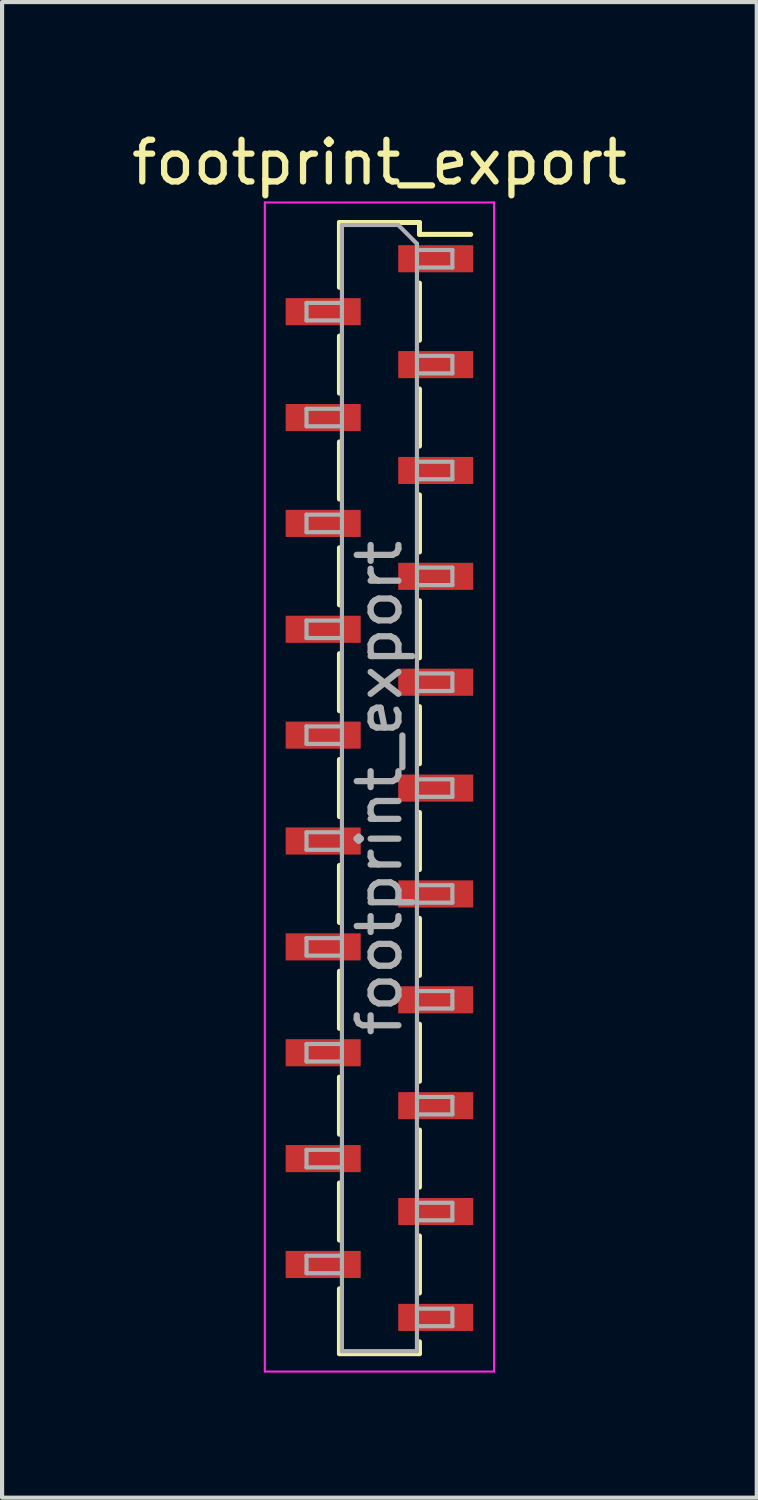
<source format=kicad_pcb>
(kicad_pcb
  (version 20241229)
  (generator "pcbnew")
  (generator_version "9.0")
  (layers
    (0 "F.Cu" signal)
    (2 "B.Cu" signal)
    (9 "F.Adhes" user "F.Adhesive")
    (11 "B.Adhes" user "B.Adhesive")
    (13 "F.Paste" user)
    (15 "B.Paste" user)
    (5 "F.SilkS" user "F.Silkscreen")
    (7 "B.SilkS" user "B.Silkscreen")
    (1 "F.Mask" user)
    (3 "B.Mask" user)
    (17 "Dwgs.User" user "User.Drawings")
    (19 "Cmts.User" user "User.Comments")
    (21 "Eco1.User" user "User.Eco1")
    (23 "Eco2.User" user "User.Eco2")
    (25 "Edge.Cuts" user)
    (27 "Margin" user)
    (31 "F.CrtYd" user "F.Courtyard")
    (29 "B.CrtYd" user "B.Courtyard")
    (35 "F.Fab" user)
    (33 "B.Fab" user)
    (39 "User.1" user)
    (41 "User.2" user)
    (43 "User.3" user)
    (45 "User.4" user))
  (footprint "footprint_export"
    (layer "F.Cu")
    (at 6.054 15.858)
    (property "Reference" "footprint_export" (at 0 -15.01 0) (layer "F.SilkS") (effects (font (size 1 1) (thickness 0.15))))
    (attr smd)
    (fp_line (start -0.96 -13.57) (end -0.96 -12.015) (stroke (width 0.12) (type solid)) (layer "F.SilkS"))
    (fp_line (start -0.96 -13.57) (end 0.96 -13.57) (stroke (width 0.12) (type solid)) (layer "F.SilkS"))
    (fp_line (start -0.96 -10.845) (end -0.96 -9.475) (stroke (width 0.12) (type solid)) (layer "F.SilkS"))
    (fp_line (start -0.96 -8.305) (end -0.96 -6.935) (stroke (width 0.12) (type solid)) (layer "F.SilkS"))
    (fp_line (start -0.96 -5.765) (end -0.96 -4.395) (stroke (width 0.12) (type solid)) (layer "F.SilkS"))
    (fp_line (start -0.96 -3.225) (end -0.96 -1.855) (stroke (width 0.12) (type solid)) (layer "F.SilkS"))
    (fp_line (start -0.96 -0.685) (end -0.96 0.685) (stroke (width 0.12) (type solid)) (layer "F.SilkS"))
    (fp_line (start -0.96 1.855) (end -0.96 3.225) (stroke (width 0.12) (type solid)) (layer "F.SilkS"))
    (fp_line (start -0.96 4.395) (end -0.96 5.765) (stroke (width 0.12) (type solid)) (layer "F.SilkS"))
    (fp_line (start -0.96 6.935) (end -0.96 8.305) (stroke (width 0.12) (type solid)) (layer "F.SilkS"))
    (fp_line (start -0.96 9.475) (end -0.96 10.845) (stroke (width 0.12) (type solid)) (layer "F.SilkS"))
    (fp_line (start -0.96 12.015) (end -0.96 13.57) (stroke (width 0.12) (type solid)) (layer "F.SilkS"))
    (fp_line (start -0.96 13.57) (end 0.96 13.57) (stroke (width 0.12) (type solid)) (layer "F.SilkS"))
    (fp_line (start 0.96 -13.57) (end 0.96 -13.285) (stroke (width 0.12) (type solid)) (layer "F.SilkS"))
    (fp_line (start 0.96 -13.285) (end 2.19 -13.285) (stroke (width 0.12) (type solid)) (layer "F.SilkS"))
    (fp_line (start 0.96 -12.115) (end 0.96 -10.745) (stroke (width 0.12) (type solid)) (layer "F.SilkS"))
    (fp_line (start 0.96 -9.575) (end 0.96 -8.205) (stroke (width 0.12) (type solid)) (layer "F.SilkS"))
    (fp_line (start 0.96 -7.035) (end 0.96 -5.665) (stroke (width 0.12) (type solid)) (layer "F.SilkS"))
    (fp_line (start 0.96 -4.495) (end 0.96 -3.125) (stroke (width 0.12) (type solid)) (layer "F.SilkS"))
    (fp_line (start 0.96 -1.955) (end 0.96 -0.585) (stroke (width 0.12) (type solid)) (layer "F.SilkS"))
    (fp_line (start 0.96 0.585) (end 0.96 1.955) (stroke (width 0.12) (type solid)) (layer "F.SilkS"))
    (fp_line (start 0.96 3.125) (end 0.96 4.495) (stroke (width 0.12) (type solid)) (layer "F.SilkS"))
    (fp_line (start 0.96 5.665) (end 0.96 7.035) (stroke (width 0.12) (type solid)) (layer "F.SilkS"))
    (fp_line (start 0.96 8.205) (end 0.96 9.575) (stroke (width 0.12) (type solid)) (layer "F.SilkS"))
    (fp_line (start 0.96 10.745) (end 0.96 12.115) (stroke (width 0.12) (type solid)) (layer "F.SilkS"))
    (fp_line (start 0.96 13.285) (end 0.96 13.57) (stroke (width 0.12) (type solid)) (layer "F.SilkS"))
    (fp_line (start -2.75 -14.05) (end 2.75 -14.05) (stroke (width 0.05) (type solid)) (layer "F.CrtYd"))
    (fp_line (start -2.75 14) (end -2.75 -14.05) (stroke (width 0.05) (type solid)) (layer "F.CrtYd"))
    (fp_line (start 2.75 -14.05) (end 2.75 14) (stroke (width 0.05) (type solid)) (layer "F.CrtYd"))
    (fp_line (start 2.75 14) (end -2.75 14) (stroke (width 0.05) (type solid)) (layer "F.CrtYd"))
    (fp_line (start -1.75 -11.64) (end -0.9 -11.64) (stroke (width 0.1) (type solid)) (layer "F.Fab"))
    (fp_line (start -1.75 -11.22) (end -1.75 -11.64) (stroke (width 0.1) (type solid)) (layer "F.Fab"))
    (fp_line (start -1.75 -9.1) (end -0.9 -9.1) (stroke (width 0.1) (type solid)) (layer "F.Fab"))
    (fp_line (start -1.75 -8.68) (end -1.75 -9.1) (stroke (width 0.1) (type solid)) (layer "F.Fab"))
    (fp_line (start -1.75 -6.56) (end -0.9 -6.56) (stroke (width 0.1) (type solid)) (layer "F.Fab"))
    (fp_line (start -1.75 -6.14) (end -1.75 -6.56) (stroke (width 0.1) (type solid)) (layer "F.Fab"))
    (fp_line (start -1.75 -4.02) (end -0.9 -4.02) (stroke (width 0.1) (type solid)) (layer "F.Fab"))
    (fp_line (start -1.75 -3.6) (end -1.75 -4.02) (stroke (width 0.1) (type solid)) (layer "F.Fab"))
    (fp_line (start -1.75 -1.48) (end -0.9 -1.48) (stroke (width 0.1) (type solid)) (layer "F.Fab"))
    (fp_line (start -1.75 -1.06) (end -1.75 -1.48) (stroke (width 0.1) (type solid)) (layer "F.Fab"))
    (fp_line (start -1.75 1.06) (end -0.9 1.06) (stroke (width 0.1) (type solid)) (layer "F.Fab"))
    (fp_line (start -1.75 1.48) (end -1.75 1.06) (stroke (width 0.1) (type solid)) (layer "F.Fab"))
    (fp_line (start -1.75 3.6) (end -0.9 3.6) (stroke (width 0.1) (type solid)) (layer "F.Fab"))
    (fp_line (start -1.75 4.02) (end -1.75 3.6) (stroke (width 0.1) (type solid)) (layer "F.Fab"))
    (fp_line (start -1.75 6.14) (end -0.9 6.14) (stroke (width 0.1) (type solid)) (layer "F.Fab"))
    (fp_line (start -1.75 6.56) (end -1.75 6.14) (stroke (width 0.1) (type solid)) (layer "F.Fab"))
    (fp_line (start -1.75 8.68) (end -0.9 8.68) (stroke (width 0.1) (type solid)) (layer "F.Fab"))
    (fp_line (start -1.75 9.1) (end -1.75 8.68) (stroke (width 0.1) (type solid)) (layer "F.Fab"))
    (fp_line (start -1.75 11.22) (end -0.9 11.22) (stroke (width 0.1) (type solid)) (layer "F.Fab"))
    (fp_line (start -1.75 11.64) (end -1.75 11.22) (stroke (width 0.1) (type solid)) (layer "F.Fab"))
    (fp_line (start -0.9 -13.51) (end 0.45 -13.51) (stroke (width 0.1) (type solid)) (layer "F.Fab"))
    (fp_line (start -0.9 -11.22) (end -1.75 -11.22) (stroke (width 0.1) (type solid)) (layer "F.Fab"))
    (fp_line (start -0.9 -8.68) (end -1.75 -8.68) (stroke (width 0.1) (type solid)) (layer "F.Fab"))
    (fp_line (start -0.9 -6.14) (end -1.75 -6.14) (stroke (width 0.1) (type solid)) (layer "F.Fab"))
    (fp_line (start -0.9 -3.6) (end -1.75 -3.6) (stroke (width 0.1) (type solid)) (layer "F.Fab"))
    (fp_line (start -0.9 -1.06) (end -1.75 -1.06) (stroke (width 0.1) (type solid)) (layer "F.Fab"))
    (fp_line (start -0.9 1.48) (end -1.75 1.48) (stroke (width 0.1) (type solid)) (layer "F.Fab"))
    (fp_line (start -0.9 4.02) (end -1.75 4.02) (stroke (width 0.1) (type solid)) (layer "F.Fab"))
    (fp_line (start -0.9 6.56) (end -1.75 6.56) (stroke (width 0.1) (type solid)) (layer "F.Fab"))
    (fp_line (start -0.9 9.1) (end -1.75 9.1) (stroke (width 0.1) (type solid)) (layer "F.Fab"))
    (fp_line (start -0.9 11.64) (end -1.75 11.64) (stroke (width 0.1) (type solid)) (layer "F.Fab"))
    (fp_line (start -0.9 13.51) (end -0.9 -13.51) (stroke (width 0.1) (type solid)) (layer "F.Fab"))
    (fp_line (start 0.45 -13.51) (end 0.9 -13.06) (stroke (width 0.1) (type solid)) (layer "F.Fab"))
    (fp_line (start 0.9 -13.06) (end 0.9 13.51) (stroke (width 0.1) (type solid)) (layer "F.Fab"))
    (fp_line (start 0.9 -12.91) (end 1.75 -12.91) (stroke (width 0.1) (type solid)) (layer "F.Fab"))
    (fp_line (start 0.9 -10.37) (end 1.75 -10.37) (stroke (width 0.1) (type solid)) (layer "F.Fab"))
    (fp_line (start 0.9 -7.83) (end 1.75 -7.83) (stroke (width 0.1) (type solid)) (layer "F.Fab"))
    (fp_line (start 0.9 -5.29) (end 1.75 -5.29) (stroke (width 0.1) (type solid)) (layer "F.Fab"))
    (fp_line (start 0.9 -2.75) (end 1.75 -2.75) (stroke (width 0.1) (type solid)) (layer "F.Fab"))
    (fp_line (start 0.9 -0.21) (end 1.75 -0.21) (stroke (width 0.1) (type solid)) (layer "F.Fab"))
    (fp_line (start 0.9 2.33) (end 1.75 2.33) (stroke (width 0.1) (type solid)) (layer "F.Fab"))
    (fp_line (start 0.9 4.87) (end 1.75 4.87) (stroke (width 0.1) (type solid)) (layer "F.Fab"))
    (fp_line (start 0.9 7.41) (end 1.75 7.41) (stroke (width 0.1) (type solid)) (layer "F.Fab"))
    (fp_line (start 0.9 9.95) (end 1.75 9.95) (stroke (width 0.1) (type solid)) (layer "F.Fab"))
    (fp_line (start 0.9 12.49) (end 1.75 12.49) (stroke (width 0.1) (type solid)) (layer "F.Fab"))
    (fp_line (start 0.9 13.51) (end -0.9 13.51) (stroke (width 0.1) (type solid)) (layer "F.Fab"))
    (fp_line (start 1.75 -12.91) (end 1.75 -12.49) (stroke (width 0.1) (type solid)) (layer "F.Fab"))
    (fp_line (start 1.75 -12.49) (end 0.9 -12.49) (stroke (width 0.1) (type solid)) (layer "F.Fab"))
    (fp_line (start 1.75 -10.37) (end 1.75 -9.95) (stroke (width 0.1) (type solid)) (layer "F.Fab"))
    (fp_line (start 1.75 -9.95) (end 0.9 -9.95) (stroke (width 0.1) (type solid)) (layer "F.Fab"))
    (fp_line (start 1.75 -7.83) (end 1.75 -7.41) (stroke (width 0.1) (type solid)) (layer "F.Fab"))
    (fp_line (start 1.75 -7.41) (end 0.9 -7.41) (stroke (width 0.1) (type solid)) (layer "F.Fab"))
    (fp_line (start 1.75 -5.29) (end 1.75 -4.87) (stroke (width 0.1) (type solid)) (layer "F.Fab"))
    (fp_line (start 1.75 -4.87) (end 0.9 -4.87) (stroke (width 0.1) (type solid)) (layer "F.Fab"))
    (fp_line (start 1.75 -2.75) (end 1.75 -2.33) (stroke (width 0.1) (type solid)) (layer "F.Fab"))
    (fp_line (start 1.75 -2.33) (end 0.9 -2.33) (stroke (width 0.1) (type solid)) (layer "F.Fab"))
    (fp_line (start 1.75 -0.21) (end 1.75 0.21) (stroke (width 0.1) (type solid)) (layer "F.Fab"))
    (fp_line (start 1.75 0.21) (end 0.9 0.21) (stroke (width 0.1) (type solid)) (layer "F.Fab"))
    (fp_line (start 1.75 2.33) (end 1.75 2.75) (stroke (width 0.1) (type solid)) (layer "F.Fab"))
    (fp_line (start 1.75 2.75) (end 0.9 2.75) (stroke (width 0.1) (type solid)) (layer "F.Fab"))
    (fp_line (start 1.75 4.87) (end 1.75 5.29) (stroke (width 0.1) (type solid)) (layer "F.Fab"))
    (fp_line (start 1.75 5.29) (end 0.9 5.29) (stroke (width 0.1) (type solid)) (layer "F.Fab"))
    (fp_line (start 1.75 7.41) (end 1.75 7.83) (stroke (width 0.1) (type solid)) (layer "F.Fab"))
    (fp_line (start 1.75 7.83) (end 0.9 7.83) (stroke (width 0.1) (type solid)) (layer "F.Fab"))
    (fp_line (start 1.75 9.95) (end 1.75 10.37) (stroke (width 0.1) (type solid)) (layer "F.Fab"))
    (fp_line (start 1.75 10.37) (end 0.9 10.37) (stroke (width 0.1) (type solid)) (layer "F.Fab"))
    (fp_line (start 1.75 12.49) (end 1.75 12.91) (stroke (width 0.1) (type solid)) (layer "F.Fab"))
    (fp_line (start 1.75 12.91) (end 0.9 12.91) (stroke (width 0.1) (type solid)) (layer "F.Fab"))
    (fp_text user "${REFERENCE}" (at 0 0 90) (layer "F.Fab") (effects (font (size 1 1) (thickness 0.15))))
    (pad "1" smd rect (at 1.35 -12.7) (size 1.8 0.65) (layers "F.Cu" "F.Mask" "F.Paste"))
    (pad "2" smd rect (at -1.35 -11.43) (size 1.8 0.65) (layers "F.Cu" "F.Mask" "F.Paste"))
    (pad "3" smd rect (at 1.35 -10.16) (size 1.8 0.65) (layers "F.Cu" "F.Mask" "F.Paste"))
    (pad "4" smd rect (at -1.35 -8.89) (size 1.8 0.65) (layers "F.Cu" "F.Mask" "F.Paste"))
    (pad "5" smd rect (at 1.35 -7.62) (size 1.8 0.65) (layers "F.Cu" "F.Mask" "F.Paste"))
    (pad "6" smd rect (at -1.35 -6.35) (size 1.8 0.65) (layers "F.Cu" "F.Mask" "F.Paste"))
    (pad "7" smd rect (at 1.35 -5.08) (size 1.8 0.65) (layers "F.Cu" "F.Mask" "F.Paste"))
    (pad "8" smd rect (at -1.35 -3.81) (size 1.8 0.65) (layers "F.Cu" "F.Mask" "F.Paste"))
    (pad "9" smd rect (at 1.35 -2.54) (size 1.8 0.65) (layers "F.Cu" "F.Mask" "F.Paste"))
    (pad "10" smd rect (at -1.35 -1.27) (size 1.8 0.65) (layers "F.Cu" "F.Mask" "F.Paste"))
    (pad "11" smd rect (at 1.35 0) (size 1.8 0.65) (layers "F.Cu" "F.Mask" "F.Paste"))
    (pad "12" smd rect (at -1.35 1.27) (size 1.8 0.65) (layers "F.Cu" "F.Mask" "F.Paste"))
    (pad "13" smd rect (at 1.35 2.54) (size 1.8 0.65) (layers "F.Cu" "F.Mask" "F.Paste"))
    (pad "14" smd rect (at -1.35 3.81) (size 1.8 0.65) (layers "F.Cu" "F.Mask" "F.Paste"))
    (pad "15" smd rect (at 1.35 5.08) (size 1.8 0.65) (layers "F.Cu" "F.Mask" "F.Paste"))
    (pad "16" smd rect (at -1.35 6.35) (size 1.8 0.65) (layers "F.Cu" "F.Mask" "F.Paste"))
    (pad "17" smd rect (at 1.35 7.62) (size 1.8 0.65) (layers "F.Cu" "F.Mask" "F.Paste"))
    (pad "18" smd rect (at -1.35 8.89) (size 1.8 0.65) (layers "F.Cu" "F.Mask" "F.Paste"))
    (pad "19" smd rect (at 1.35 10.16) (size 1.8 0.65) (layers "F.Cu" "F.Mask" "F.Paste"))
    (pad "20" smd rect (at -1.35 11.43) (size 1.8 0.65) (layers "F.Cu" "F.Mask" "F.Paste"))
    (pad "21" smd rect (at 1.35 12.7) (size 1.8 0.65) (layers "F.Cu" "F.Mask" "F.Paste")))
  (gr_rect
    (start -3 -3)
    (end 15.107 32.883)
    (stroke (width 0.1) (type default))
    (fill no)
    (layer "Edge.Cuts")))
</source>
